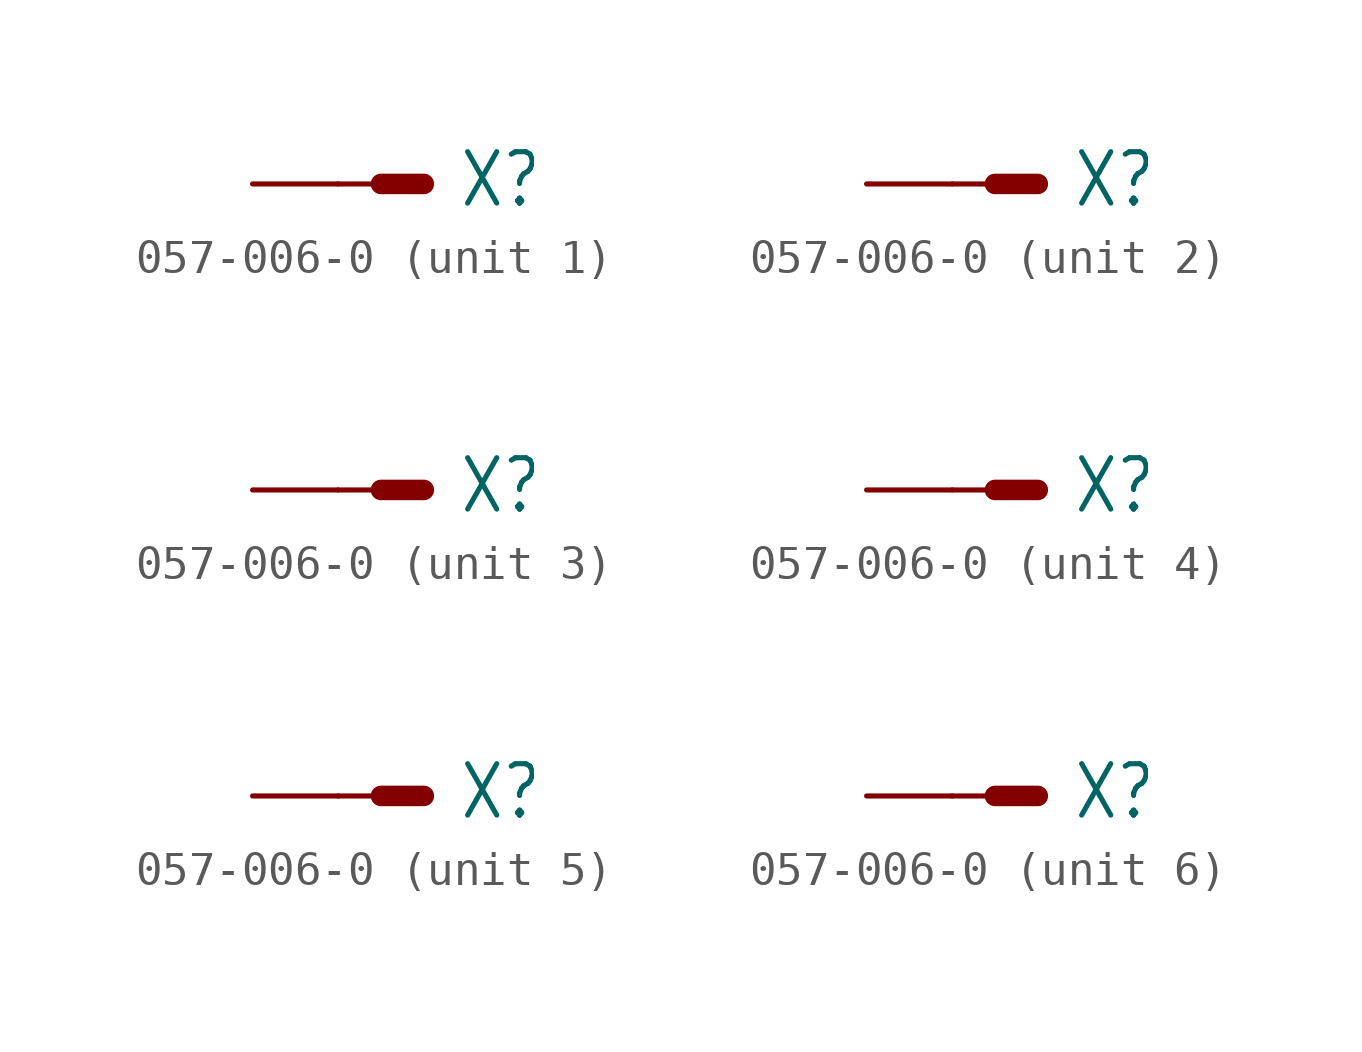
<source format=kicad_sym>
(kicad_symbol_lib
  (version 20210619)
  (generator kicad_symbol_editor)
  (symbol "057-006-0"
    (property "Reference" "X"
      (at 1.016 -0.762 0)
      (effects (font (size 1.524 1.295)) (justify left bottom)))
    (property "ki_locked" ""
      (at 0 0 0)
      (effects (font (size 1.27 1.27))))
    (symbol "057-006-0_1_0"
      (polyline (pts (xy -2.54 0) (xy -1.27 0)) (stroke (width 0.152)) (fill (type none)))
      (polyline (pts (xy 0 0) (xy -1.27 0)) (stroke (width 0.61)) (fill (type none)))
      (pin passive line (at -5.08 0 0) (length 2.54) (name "S" (effects (font (size 0 0)))) (number "1" (effects (font (size 0 0))))))
    (symbol "057-006-0_2_0"
      (polyline (pts (xy -2.54 0) (xy -1.27 0)) (stroke (width 0.152)) (fill (type none)))
      (polyline (pts (xy 0 0) (xy -1.27 0)) (stroke (width 0.61)) (fill (type none)))
      (pin passive line (at -5.08 0 0) (length 2.54) (name "S" (effects (font (size 0 0)))) (number "2" (effects (font (size 0 0))))))
    (symbol "057-006-0_3_0"
      (polyline (pts (xy -2.54 0) (xy -1.27 0)) (stroke (width 0.152)) (fill (type none)))
      (polyline (pts (xy 0 0) (xy -1.27 0)) (stroke (width 0.61)) (fill (type none)))
      (pin passive line (at -5.08 0 0) (length 2.54) (name "S" (effects (font (size 0 0)))) (number "3" (effects (font (size 0 0))))))
    (symbol "057-006-0_4_0"
      (polyline (pts (xy -2.54 0) (xy -1.27 0)) (stroke (width 0.152)) (fill (type none)))
      (polyline (pts (xy 0 0) (xy -1.27 0)) (stroke (width 0.61)) (fill (type none)))
      (pin passive line (at -5.08 0 0) (length 2.54) (name "S" (effects (font (size 0 0)))) (number "4" (effects (font (size 0 0))))))
    (symbol "057-006-0_5_0"
      (polyline (pts (xy -2.54 0) (xy -1.27 0)) (stroke (width 0.152)) (fill (type none)))
      (polyline (pts (xy 0 0) (xy -1.27 0)) (stroke (width 0.61)) (fill (type none)))
      (pin passive line (at -5.08 0 0) (length 2.54) (name "S" (effects (font (size 0 0)))) (number "5" (effects (font (size 0 0))))))
    (symbol "057-006-0_6_0"
      (polyline (pts (xy -2.54 0) (xy -1.27 0)) (stroke (width 0.152)) (fill (type none)))
      (polyline (pts (xy 0 0) (xy -1.27 0)) (stroke (width 0.61)) (fill (type none)))
      (pin passive line (at -5.08 0 0) (length 2.54) (name "S" (effects (font (size 0 0)))) (number "6" (effects (font (size 0 0))))))))
</source>
